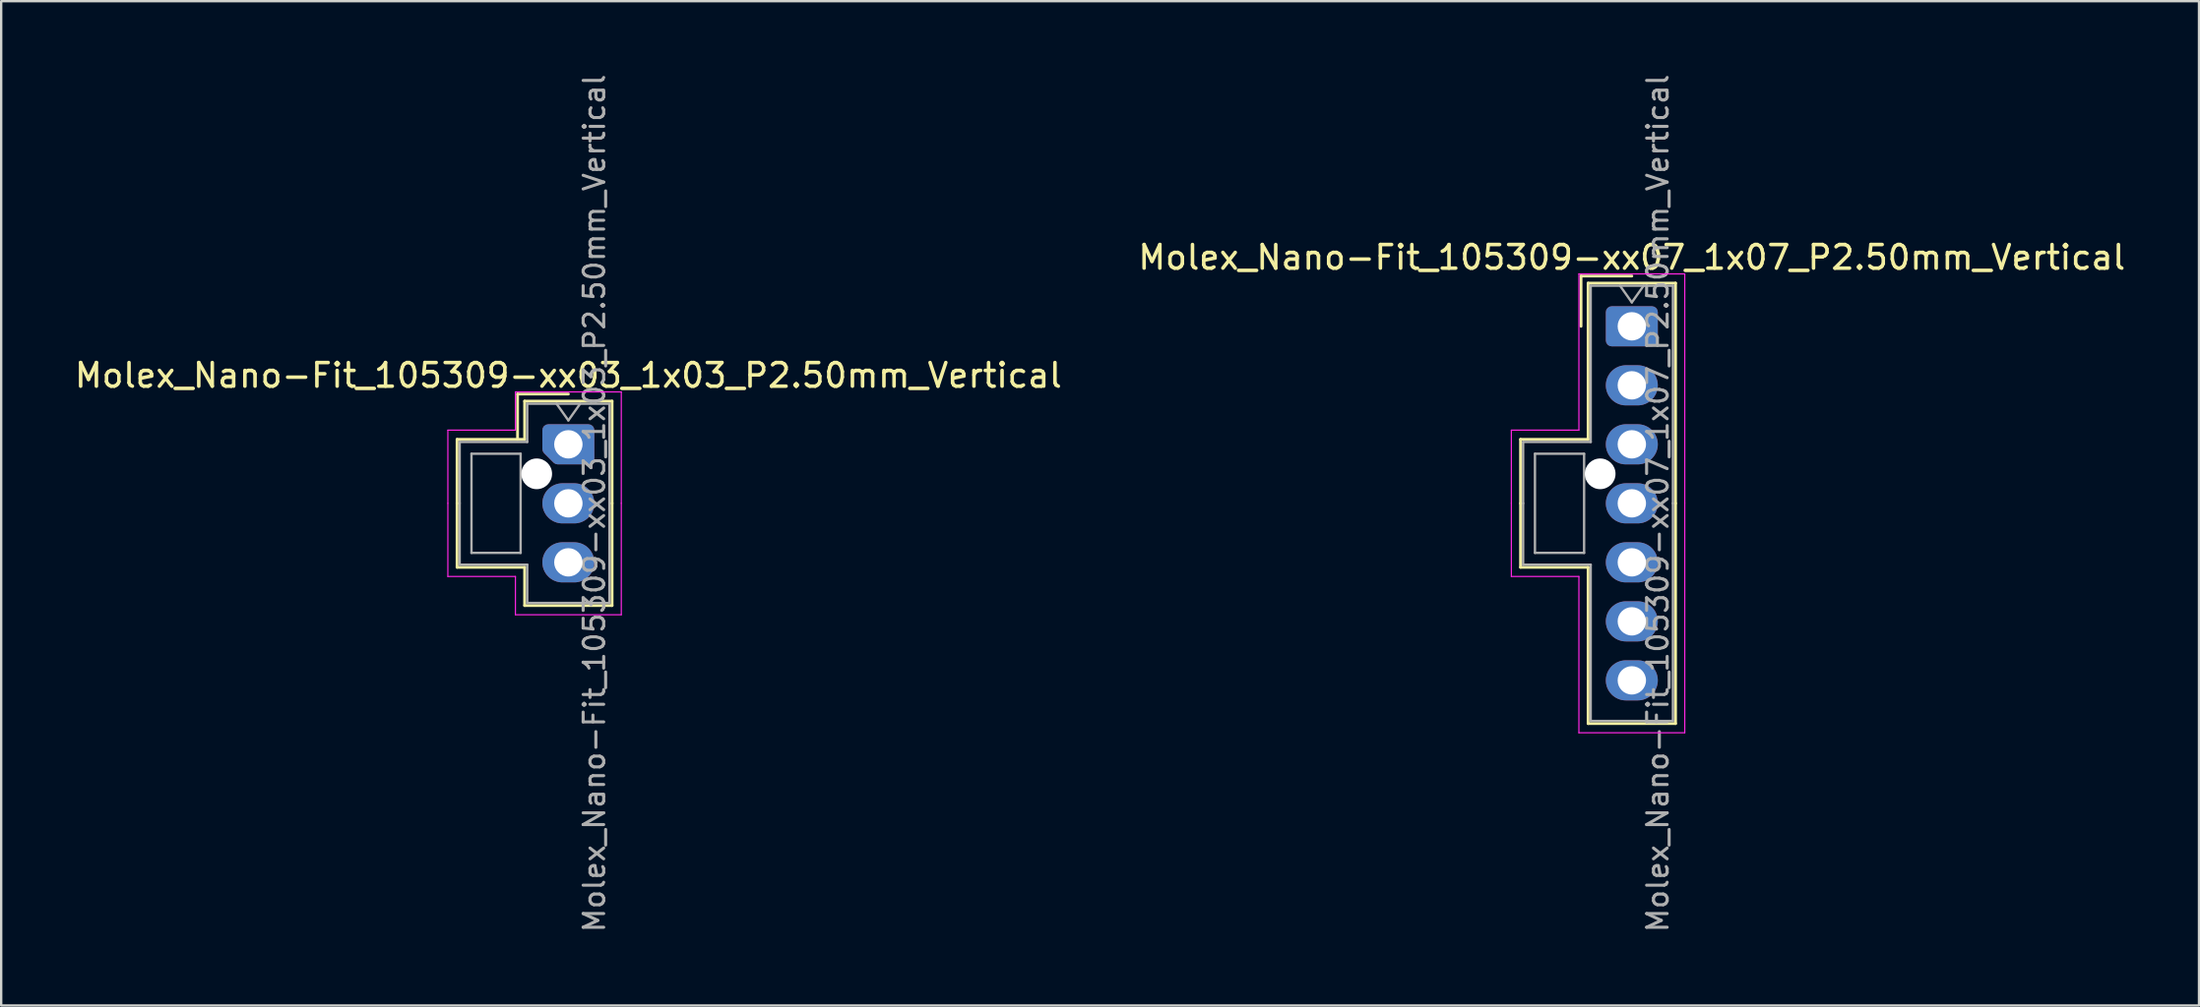
<source format=kicad_pcb>
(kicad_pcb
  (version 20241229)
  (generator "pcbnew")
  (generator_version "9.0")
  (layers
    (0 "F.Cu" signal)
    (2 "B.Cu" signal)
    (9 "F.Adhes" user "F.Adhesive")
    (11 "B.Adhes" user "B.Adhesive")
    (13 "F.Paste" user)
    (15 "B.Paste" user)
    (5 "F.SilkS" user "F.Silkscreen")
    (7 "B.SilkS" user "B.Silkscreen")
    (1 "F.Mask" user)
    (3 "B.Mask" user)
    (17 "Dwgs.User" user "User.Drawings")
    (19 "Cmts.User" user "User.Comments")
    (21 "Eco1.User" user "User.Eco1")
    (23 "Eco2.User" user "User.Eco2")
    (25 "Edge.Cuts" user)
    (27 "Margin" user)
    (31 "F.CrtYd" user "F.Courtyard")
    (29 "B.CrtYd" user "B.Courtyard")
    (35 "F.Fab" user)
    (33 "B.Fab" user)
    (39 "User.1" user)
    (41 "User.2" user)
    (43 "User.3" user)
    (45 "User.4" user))
  (footprint "Molex_Nano-Fit_105309-xx07_1x07_P2.50mm_Vertical"
    (layer "F.Cu")
    (at 66.018 10.774)
    (property "Reference" "Molex_Nano-Fit_105309-xx07_1x07_P2.50mm_Vertical" (at 0 -2.92 0) (layer "F.SilkS") (effects (font (size 1 1) (thickness 0.15))))
    (attr through_hole)
    (fp_line (start -4.71 4.79) (end -4.71 7.5) (stroke (width 0.12) (type solid)) (layer "F.SilkS"))
    (fp_line (start -4.71 10.21) (end -4.71 7.5) (stroke (width 0.12) (type solid)) (layer "F.SilkS"))
    (fp_line (start -2.15 -2.13) (end -2.15 0) (stroke (width 0.12) (type solid)) (layer "F.SilkS"))
    (fp_line (start -1.85 -1.83) (end -1.85 4.79) (stroke (width 0.12) (type solid)) (layer "F.SilkS"))
    (fp_line (start -1.85 4.79) (end -4.71 4.79) (stroke (width 0.12) (type solid)) (layer "F.SilkS"))
    (fp_line (start -1.85 10.21) (end -4.71 10.21) (stroke (width 0.12) (type solid)) (layer "F.SilkS"))
    (fp_line (start -1.85 16.83) (end -1.85 10.21) (stroke (width 0.12) (type solid)) (layer "F.SilkS"))
    (fp_line (start 0 -2.13) (end -2.15 -2.13) (stroke (width 0.12) (type solid)) (layer "F.SilkS"))
    (fp_line (start 1.85 -1.83) (end -1.85 -1.83) (stroke (width 0.12) (type solid)) (layer "F.SilkS"))
    (fp_line (start 1.85 7.5) (end 1.85 -1.83) (stroke (width 0.12) (type solid)) (layer "F.SilkS"))
    (fp_line (start 1.85 7.5) (end 1.85 16.83) (stroke (width 0.12) (type solid)) (layer "F.SilkS"))
    (fp_line (start 1.85 16.83) (end -1.85 16.83) (stroke (width 0.12) (type solid)) (layer "F.SilkS"))
    (fp_line (start -5.1 4.4) (end -5.1 7.5) (stroke (width 0.05) (type solid)) (layer "F.CrtYd"))
    (fp_line (start -5.1 10.6) (end -5.1 7.5) (stroke (width 0.05) (type solid)) (layer "F.CrtYd"))
    (fp_line (start -2.24 -2.22) (end -2.24 4.4) (stroke (width 0.05) (type solid)) (layer "F.CrtYd"))
    (fp_line (start -2.24 4.4) (end -5.1 4.4) (stroke (width 0.05) (type solid)) (layer "F.CrtYd"))
    (fp_line (start -2.24 10.6) (end -5.1 10.6) (stroke (width 0.05) (type solid)) (layer "F.CrtYd"))
    (fp_line (start -2.24 17.22) (end -2.24 10.6) (stroke (width 0.05) (type solid)) (layer "F.CrtYd"))
    (fp_line (start 2.24 -2.22) (end -2.24 -2.22) (stroke (width 0.05) (type solid)) (layer "F.CrtYd"))
    (fp_line (start 2.24 7.5) (end 2.24 -2.22) (stroke (width 0.05) (type solid)) (layer "F.CrtYd"))
    (fp_line (start 2.24 7.5) (end 2.24 17.22) (stroke (width 0.05) (type solid)) (layer "F.CrtYd"))
    (fp_line (start 2.24 17.22) (end -2.24 17.22) (stroke (width 0.05) (type solid)) (layer "F.CrtYd"))
    (fp_line (start -4.6 4.9) (end -4.6 7.5) (stroke (width 0.1) (type solid)) (layer "F.Fab"))
    (fp_line (start -4.6 10.1) (end -4.6 7.5) (stroke (width 0.1) (type solid)) (layer "F.Fab"))
    (fp_line (start -4.1 5.4) (end -4.1 9.6) (stroke (width 0.1) (type solid)) (layer "F.Fab"))
    (fp_line (start -4.1 9.6) (end -2.02 9.6) (stroke (width 0.1) (type solid)) (layer "F.Fab"))
    (fp_line (start -2.02 5.4) (end -4.1 5.4) (stroke (width 0.1) (type solid)) (layer "F.Fab"))
    (fp_line (start -2.02 9.6) (end -2.02 5.4) (stroke (width 0.1) (type solid)) (layer "F.Fab"))
    (fp_line (start -1.74 -1.72) (end -1.74 4.9) (stroke (width 0.1) (type solid)) (layer "F.Fab"))
    (fp_line (start -1.74 4.9) (end -4.6 4.9) (stroke (width 0.1) (type solid)) (layer "F.Fab"))
    (fp_line (start -1.74 10.1) (end -4.6 10.1) (stroke (width 0.1) (type solid)) (layer "F.Fab"))
    (fp_line (start -1.74 16.72) (end -1.74 10.1) (stroke (width 0.1) (type solid)) (layer "F.Fab"))
    (fp_line (start -0.5 -1.72) (end 0 -1.013) (stroke (width 0.1) (type solid)) (layer "F.Fab"))
    (fp_line (start 0 -1.013) (end 0.5 -1.72) (stroke (width 0.1) (type solid)) (layer "F.Fab"))
    (fp_line (start 1.74 -1.72) (end -1.74 -1.72) (stroke (width 0.1) (type solid)) (layer "F.Fab"))
    (fp_line (start 1.74 7.5) (end 1.74 -1.72) (stroke (width 0.1) (type solid)) (layer "F.Fab"))
    (fp_line (start 1.74 7.5) (end 1.74 16.72) (stroke (width 0.1) (type solid)) (layer "F.Fab"))
    (fp_line (start 1.74 16.72) (end -1.74 16.72) (stroke (width 0.1) (type solid)) (layer "F.Fab"))
    (fp_text user "${REFERENCE}" (at 1.1 7.5 90) (layer "F.Fab") (effects (font (size 0.87 0.87) (thickness 0.13))))
    (pad "" np_thru_hole circle (at -1.34 6.25) (size 1.3 1.3) (drill 1.3) (layers "*.Cu" "*.Mask"))
    (pad "1" thru_hole roundrect (at 0 0) (size 2.2 1.7) (drill 1.2) (layers "*.Cu" "*.Mask") (roundrect_rratio 0.147))
    (pad "2" thru_hole oval (at 0 2.5) (size 2.2 1.7) (drill 1.2) (layers "*.Cu" "*.Mask"))
    (pad "3" thru_hole oval (at 0 5) (size 2.2 1.7) (drill 1.2) (layers "*.Cu" "*.Mask"))
    (pad "4" thru_hole oval (at 0 7.5) (size 2.2 1.7) (drill 1.2) (layers "*.Cu" "*.Mask"))
    (pad "5" thru_hole oval (at 0 10) (size 2.2 1.7) (drill 1.2) (layers "*.Cu" "*.Mask"))
    (pad "6" thru_hole oval (at 0 12.5) (size 2.2 1.7) (drill 1.2) (layers "*.Cu" "*.Mask"))
    (pad "7" thru_hole oval (at 0 15) (size 2.2 1.7) (drill 1.2) (layers "*.Cu" "*.Mask")))
  (footprint "Molex_Nano-Fit_105309-xx03_1x03_P2.50mm_Vertical"
    (layer "F.Cu")
    (at 21.006 15.774)
    (property "Reference" "Molex_Nano-Fit_105309-xx03_1x03_P2.50mm_Vertical" (at 0 -2.92 0) (layer "F.SilkS") (effects (font (size 1 1) (thickness 0.15))))
    (attr through_hole)
    (fp_line (start -4.71 -0.21) (end -4.71 2.5) (stroke (width 0.12) (type solid)) (layer "F.SilkS"))
    (fp_line (start -4.71 5.21) (end -4.71 2.5) (stroke (width 0.12) (type solid)) (layer "F.SilkS"))
    (fp_line (start -2.15 -2.13) (end -2.15 -0.21) (stroke (width 0.12) (type solid)) (layer "F.SilkS"))
    (fp_line (start -1.85 -1.83) (end -1.85 -0.21) (stroke (width 0.12) (type solid)) (layer "F.SilkS"))
    (fp_line (start -1.85 -0.21) (end -4.71 -0.21) (stroke (width 0.12) (type solid)) (layer "F.SilkS"))
    (fp_line (start -1.85 5.21) (end -4.71 5.21) (stroke (width 0.12) (type solid)) (layer "F.SilkS"))
    (fp_line (start -1.85 6.83) (end -1.85 5.21) (stroke (width 0.12) (type solid)) (layer "F.SilkS"))
    (fp_line (start 0 -2.13) (end -2.15 -2.13) (stroke (width 0.12) (type solid)) (layer "F.SilkS"))
    (fp_line (start 1.85 -1.83) (end -1.85 -1.83) (stroke (width 0.12) (type solid)) (layer "F.SilkS"))
    (fp_line (start 1.85 2.5) (end 1.85 -1.83) (stroke (width 0.12) (type solid)) (layer "F.SilkS"))
    (fp_line (start 1.85 2.5) (end 1.85 6.83) (stroke (width 0.12) (type solid)) (layer "F.SilkS"))
    (fp_line (start 1.85 6.83) (end -1.85 6.83) (stroke (width 0.12) (type solid)) (layer "F.SilkS"))
    (fp_line (start -5.1 -0.6) (end -5.1 2.5) (stroke (width 0.05) (type solid)) (layer "F.CrtYd"))
    (fp_line (start -5.1 5.6) (end -5.1 2.5) (stroke (width 0.05) (type solid)) (layer "F.CrtYd"))
    (fp_line (start -2.24 -2.22) (end -2.24 -0.6) (stroke (width 0.05) (type solid)) (layer "F.CrtYd"))
    (fp_line (start -2.24 -0.6) (end -5.1 -0.6) (stroke (width 0.05) (type solid)) (layer "F.CrtYd"))
    (fp_line (start -2.24 5.6) (end -5.1 5.6) (stroke (width 0.05) (type solid)) (layer "F.CrtYd"))
    (fp_line (start -2.24 7.22) (end -2.24 5.6) (stroke (width 0.05) (type solid)) (layer "F.CrtYd"))
    (fp_line (start 2.24 -2.22) (end -2.24 -2.22) (stroke (width 0.05) (type solid)) (layer "F.CrtYd"))
    (fp_line (start 2.24 2.5) (end 2.24 -2.22) (stroke (width 0.05) (type solid)) (layer "F.CrtYd"))
    (fp_line (start 2.24 2.5) (end 2.24 7.22) (stroke (width 0.05) (type solid)) (layer "F.CrtYd"))
    (fp_line (start 2.24 7.22) (end -2.24 7.22) (stroke (width 0.05) (type solid)) (layer "F.CrtYd"))
    (fp_line (start -4.6 -0.1) (end -4.6 2.5) (stroke (width 0.1) (type solid)) (layer "F.Fab"))
    (fp_line (start -4.6 5.1) (end -4.6 2.5) (stroke (width 0.1) (type solid)) (layer "F.Fab"))
    (fp_line (start -4.1 0.4) (end -4.1 4.6) (stroke (width 0.1) (type solid)) (layer "F.Fab"))
    (fp_line (start -4.1 4.6) (end -2.02 4.6) (stroke (width 0.1) (type solid)) (layer "F.Fab"))
    (fp_line (start -2.02 0.4) (end -4.1 0.4) (stroke (width 0.1) (type solid)) (layer "F.Fab"))
    (fp_line (start -2.02 4.6) (end -2.02 0.4) (stroke (width 0.1) (type solid)) (layer "F.Fab"))
    (fp_line (start -1.74 -1.72) (end -1.74 -0.1) (stroke (width 0.1) (type solid)) (layer "F.Fab"))
    (fp_line (start -1.74 -0.1) (end -4.6 -0.1) (stroke (width 0.1) (type solid)) (layer "F.Fab"))
    (fp_line (start -1.74 5.1) (end -4.6 5.1) (stroke (width 0.1) (type solid)) (layer "F.Fab"))
    (fp_line (start -1.74 6.72) (end -1.74 5.1) (stroke (width 0.1) (type solid)) (layer "F.Fab"))
    (fp_line (start -0.5 -1.72) (end 0 -1.013) (stroke (width 0.1) (type solid)) (layer "F.Fab"))
    (fp_line (start 0 -1.013) (end 0.5 -1.72) (stroke (width 0.1) (type solid)) (layer "F.Fab"))
    (fp_line (start 1.74 -1.72) (end -1.74 -1.72) (stroke (width 0.1) (type solid)) (layer "F.Fab"))
    (fp_line (start 1.74 2.5) (end 1.74 -1.72) (stroke (width 0.1) (type solid)) (layer "F.Fab"))
    (fp_line (start 1.74 2.5) (end 1.74 6.72) (stroke (width 0.1) (type solid)) (layer "F.Fab"))
    (fp_line (start 1.74 6.72) (end -1.74 6.72) (stroke (width 0.1) (type solid)) (layer "F.Fab"))
    (fp_text user "${REFERENCE}" (at 1.1 2.5 90) (layer "F.Fab") (effects (font (size 0.87 0.87) (thickness 0.13))))
    (pad "" np_thru_hole circle (at -1.34 1.25) (size 1.3 1.3) (drill 1.3) (layers "*.Cu" "*.Mask"))
    (pad "1" thru_hole custom (at 0 0) (size 1.417 1.417) (drill 1.2) (layers "*.Cu" "*.Mask") (options (anchor circle)) (primitives (gr_poly (pts (xy 0.85 0.6) (xy -0.45 0.6) (xy -0.85 0.2) (xy -0.85 -0.6) (xy 0.85 -0.6)) (width 0.5) (fill yes))))
    (pad "2" thru_hole oval (at 0 2.5) (size 2.2 1.7) (drill 1.2) (layers "*.Cu" "*.Mask"))
    (pad "3" thru_hole oval (at 0 5) (size 2.2 1.7) (drill 1.2) (layers "*.Cu" "*.Mask")))
  (gr_rect
    (start -3 -3)
    (end 90.024 39.549)
    (stroke (width 0.1) (type default))
    (fill no)
    (layer "Edge.Cuts")))
</source>
